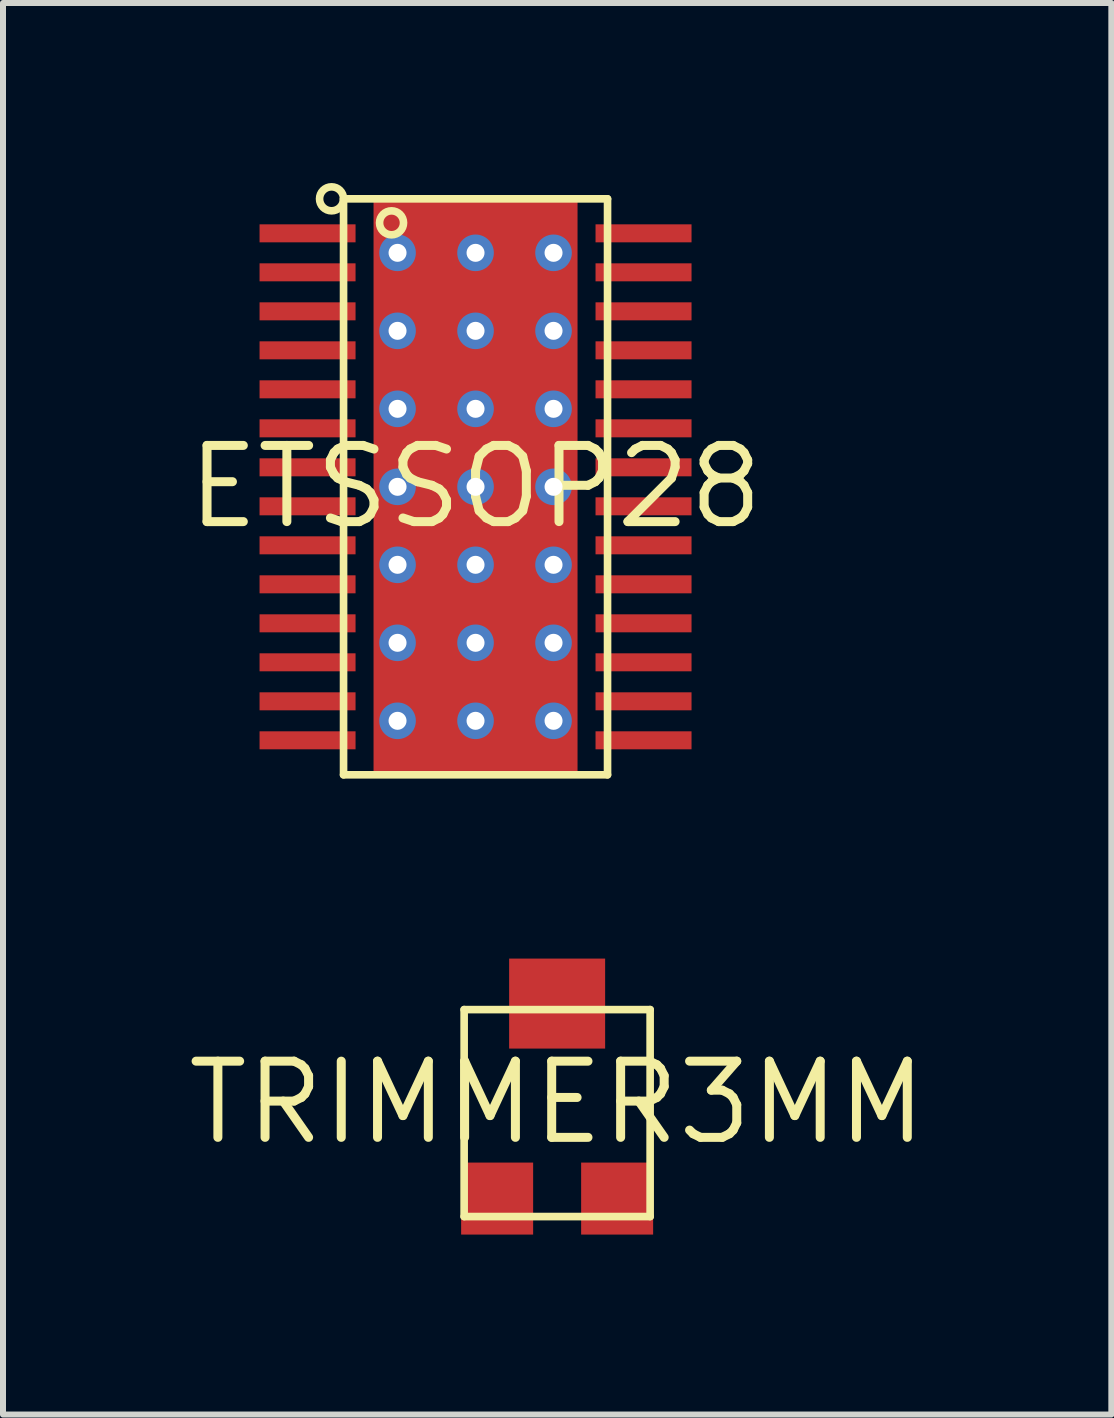
<source format=kicad_pcb>
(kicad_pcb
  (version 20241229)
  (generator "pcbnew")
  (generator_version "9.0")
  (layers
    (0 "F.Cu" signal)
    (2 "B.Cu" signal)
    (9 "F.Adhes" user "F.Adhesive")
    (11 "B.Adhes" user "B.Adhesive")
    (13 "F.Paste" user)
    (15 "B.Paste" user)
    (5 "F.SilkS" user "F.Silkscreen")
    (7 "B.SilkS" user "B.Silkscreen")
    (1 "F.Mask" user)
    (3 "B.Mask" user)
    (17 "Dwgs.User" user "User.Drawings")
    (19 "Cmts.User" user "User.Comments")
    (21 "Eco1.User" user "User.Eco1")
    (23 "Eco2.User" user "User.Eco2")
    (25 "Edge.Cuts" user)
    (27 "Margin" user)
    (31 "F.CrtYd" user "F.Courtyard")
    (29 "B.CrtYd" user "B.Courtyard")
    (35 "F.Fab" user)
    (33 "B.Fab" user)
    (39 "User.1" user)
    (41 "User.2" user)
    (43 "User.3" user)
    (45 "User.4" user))
  (footprint "ETSSOP28"
    (layer "F.Cu")
    (at 4.876 5.064)
    (property "Reference" "ETSSOP28" (at 0 0 0) (layer "F.SilkS") (effects (font (size 1.27 1.27) (thickness 0.15))))
    (attr through_hole)
    (fp_poly (pts (xy -1.5 -1.5) (xy 1.5 -1.5) (xy 1.5 -2.4) (xy -1.5 -2.4)) (stroke (width 0) (type solid)) (fill yes) (layer "F.Mask"))
    (fp_poly (pts (xy -1.5 -0.2) (xy 1.5 -0.2) (xy 1.5 -1.1) (xy -1.5 -1.1)) (stroke (width 0) (type solid)) (fill yes) (layer "F.Mask"))
    (fp_poly (pts (xy -1.5 1.1) (xy 1.5 1.1) (xy 1.5 0.2) (xy -1.5 0.2)) (stroke (width 0) (type solid)) (fill yes) (layer "F.Mask"))
    (fp_poly (pts (xy -1.5 2.4) (xy 1.5 2.4) (xy 1.5 1.5) (xy -1.5 1.5)) (stroke (width 0) (type solid)) (fill yes) (layer "F.Mask"))
    (fp_poly (pts (xy -1.1 2.6) (xy -0.2 2.6) (xy -0.2 -2.6) (xy -1.1 -2.6)) (stroke (width 0) (type solid)) (fill yes) (layer "F.Mask"))
    (fp_poly (pts (xy 0.2 2.6) (xy 1.1 2.6) (xy 1.1 -2.6) (xy 0.2 -2.6)) (stroke (width 0) (type solid)) (fill yes) (layer "F.Mask"))
    (fp_line (start -2.2 -4.8) (end 2.2 -4.8) (stroke (width 0.127) (type solid)) (layer "F.SilkS"))
    (fp_line (start -2.2 4.8) (end -2.2 -4.8) (stroke (width 0.127) (type solid)) (layer "F.SilkS"))
    (fp_line (start 2.2 -4.8) (end 2.2 4.8) (stroke (width 0.127) (type solid)) (layer "F.SilkS"))
    (fp_line (start 2.2 4.8) (end -2.2 4.8) (stroke (width 0.127) (type solid)) (layer "F.SilkS"))
    (fp_circle (center -2.4 -4.8) (end -2.2 -4.8) (stroke (width 0.127) (type solid)) (fill no) (layer "F.SilkS"))
    (fp_circle (center -1.4 -4.4) (end -1.2 -4.4) (stroke (width 0.127) (type solid)) (fill no) (layer "F.SilkS"))
    (pad "EPAD" smd rect (at 0 0 90) (size 9.7 3.4) (layers "F.Cu" "F.Mask"))
    (pad "P$1" smd rect (at -2.8 -4.225) (size 1.6 0.3) (layers "F.Cu" "F.Mask" "F.Paste"))
    (pad "P$2" smd rect (at -2.8 -3.575) (size 1.6 0.3) (layers "F.Cu" "F.Mask" "F.Paste"))
    (pad "P$3" smd rect (at -2.8 -2.925) (size 1.6 0.3) (layers "F.Cu" "F.Mask" "F.Paste"))
    (pad "P$4" smd rect (at -2.8 -2.275) (size 1.6 0.3) (layers "F.Cu" "F.Mask" "F.Paste"))
    (pad "P$5" smd rect (at -2.8 -1.625) (size 1.6 0.3) (layers "F.Cu" "F.Mask" "F.Paste"))
    (pad "P$6" smd rect (at -2.8 -0.975) (size 1.6 0.3) (layers "F.Cu" "F.Mask" "F.Paste"))
    (pad "P$7" smd rect (at -2.8 -0.325) (size 1.6 0.3) (layers "F.Cu" "F.Mask" "F.Paste"))
    (pad "P$8" smd rect (at -2.8 0.325) (size 1.6 0.3) (layers "F.Cu" "F.Mask" "F.Paste"))
    (pad "P$9" smd rect (at -2.8 0.975) (size 1.6 0.3) (layers "F.Cu" "F.Mask" "F.Paste"))
    (pad "P$10" smd rect (at -2.8 1.625) (size 1.6 0.3) (layers "F.Cu" "F.Mask" "F.Paste"))
    (pad "P$11" smd rect (at -2.8 2.275) (size 1.6 0.3) (layers "F.Cu" "F.Mask" "F.Paste"))
    (pad "P$12" smd rect (at -2.8 2.925) (size 1.6 0.3) (layers "F.Cu" "F.Mask" "F.Paste"))
    (pad "P$13" smd rect (at -2.8 3.575) (size 1.6 0.3) (layers "F.Cu" "F.Mask" "F.Paste"))
    (pad "P$14" smd rect (at -2.8 4.225) (size 1.6 0.3) (layers "F.Cu" "F.Mask" "F.Paste"))
    (pad "P$15" smd rect (at 2.8 4.225) (size 1.6 0.3) (layers "F.Cu" "F.Mask" "F.Paste"))
    (pad "P$16" smd rect (at 2.8 3.575) (size 1.6 0.3) (layers "F.Cu" "F.Mask" "F.Paste"))
    (pad "P$17" smd rect (at 2.8 2.925) (size 1.6 0.3) (layers "F.Cu" "F.Mask" "F.Paste"))
    (pad "P$18" smd rect (at 2.8 2.275) (size 1.6 0.3) (layers "F.Cu" "F.Mask" "F.Paste"))
    (pad "P$19" smd rect (at 2.8 1.625) (size 1.6 0.3) (layers "F.Cu" "F.Mask" "F.Paste"))
    (pad "P$20" smd rect (at 2.8 0.975) (size 1.6 0.3) (layers "F.Cu" "F.Mask" "F.Paste"))
    (pad "P$21" smd rect (at 2.8 0.325) (size 1.6 0.3) (layers "F.Cu" "F.Mask" "F.Paste"))
    (pad "P$22" smd rect (at 2.8 -0.325) (size 1.6 0.3) (layers "F.Cu" "F.Mask" "F.Paste"))
    (pad "P$23" smd rect (at 2.8 -0.975) (size 1.6 0.3) (layers "F.Cu" "F.Mask" "F.Paste"))
    (pad "P$24" smd rect (at 2.8 -1.625) (size 1.6 0.3) (layers "F.Cu" "F.Mask" "F.Paste"))
    (pad "P$25" smd rect (at 2.8 -2.275) (size 1.6 0.3) (layers "F.Cu" "F.Mask" "F.Paste"))
    (pad "P$26" smd rect (at 2.8 -2.925) (size 1.6 0.3) (layers "F.Cu" "F.Mask" "F.Paste"))
    (pad "P$27" smd rect (at 2.8 -3.575) (size 1.6 0.3) (layers "F.Cu" "F.Mask" "F.Paste"))
    (pad "P$28" smd rect (at 2.8 -4.225) (size 1.6 0.3) (layers "F.Cu" "F.Mask" "F.Paste"))
    (pad "T0" thru_hole circle (at -1.3 -3.9) (size 0.61 0.61) (drill 0.3) (layers "*.Cu" "*.Mask"))
    (pad "T1" thru_hole circle (at 0 -3.9) (size 0.61 0.61) (drill 0.3) (layers "*.Cu" "*.Mask"))
    (pad "T2" thru_hole circle (at 1.3 -3.9) (size 0.61 0.61) (drill 0.3) (layers "*.Cu" "*.Mask"))
    (pad "T3" thru_hole circle (at -1.3 -2.6) (size 0.61 0.61) (drill 0.3) (layers "*.Cu" "*.Mask"))
    (pad "T4" thru_hole circle (at 0 -2.6) (size 0.61 0.61) (drill 0.3) (layers "*.Cu" "*.Mask"))
    (pad "T5" thru_hole circle (at 1.3 -2.6) (size 0.61 0.61) (drill 0.3) (layers "*.Cu" "*.Mask"))
    (pad "T6" thru_hole circle (at -1.3 -1.3) (size 0.61 0.61) (drill 0.3) (layers "*.Cu" "*.Mask"))
    (pad "T7" thru_hole circle (at 0 -1.3) (size 0.61 0.61) (drill 0.3) (layers "*.Cu" "*.Mask"))
    (pad "T8" thru_hole circle (at 1.3 -1.3) (size 0.61 0.61) (drill 0.3) (layers "*.Cu" "*.Mask"))
    (pad "T9" thru_hole circle (at -1.3 0) (size 0.61 0.61) (drill 0.3) (layers "*.Cu" "*.Mask"))
    (pad "T10" thru_hole circle (at 0 0) (size 0.61 0.61) (drill 0.3) (layers "*.Cu" "*.Mask"))
    (pad "T11" thru_hole circle (at 1.3 0) (size 0.61 0.61) (drill 0.3) (layers "*.Cu" "*.Mask"))
    (pad "T12" thru_hole circle (at -1.3 1.3) (size 0.61 0.61) (drill 0.3) (layers "*.Cu" "*.Mask"))
    (pad "T13" thru_hole circle (at 0 1.3) (size 0.61 0.61) (drill 0.3) (layers "*.Cu" "*.Mask"))
    (pad "T14" thru_hole circle (at 1.3 1.3) (size 0.61 0.61) (drill 0.3) (layers "*.Cu" "*.Mask"))
    (pad "T15" thru_hole circle (at -1.3 2.6) (size 0.61 0.61) (drill 0.3) (layers "*.Cu" "*.Mask"))
    (pad "T16" thru_hole circle (at 0 2.6) (size 0.61 0.61) (drill 0.3) (layers "*.Cu" "*.Mask"))
    (pad "T17" thru_hole circle (at 1.3 2.6) (size 0.61 0.61) (drill 0.3) (layers "*.Cu" "*.Mask"))
    (pad "T18" thru_hole circle (at -1.3 3.9) (size 0.61 0.61) (drill 0.3) (layers "*.Cu" "*.Mask"))
    (pad "T19" thru_hole circle (at 0 3.9) (size 0.61 0.61) (drill 0.3) (layers "*.Cu" "*.Mask"))
    (pad "T20" thru_hole circle (at 1.3 3.9) (size 0.61 0.61) (drill 0.3) (layers "*.Cu" "*.Mask")))
  (footprint "TRIMMER3MM"
    (layer "F.Cu")
    (at 6.236 15.327)
    (property "Reference" "TRIMMER3MM" (at 0 0 0) (layer "F.SilkS") (effects (font (size 1.27 1.27) (thickness 0.15))))
    (attr through_hole)
    (fp_line (start -1.55 -1.55) (end 1.55 -1.55) (stroke (width 0.127) (type solid)) (layer "F.SilkS"))
    (fp_line (start -1.55 1.9) (end -1.55 -1.55) (stroke (width 0.127) (type solid)) (layer "F.SilkS"))
    (fp_line (start 1.55 -1.55) (end 1.55 1.9) (stroke (width 0.127) (type solid)) (layer "F.SilkS"))
    (fp_line (start 1.55 1.9) (end -1.55 1.9) (stroke (width 0.127) (type solid)) (layer "F.SilkS"))
    (pad "P$1" smd rect (at 1 1.6) (size 1.2 1.2) (layers "F.Cu" "F.Mask" "F.Paste"))
    (pad "P$2" smd rect (at -1 1.6) (size 1.2 1.2) (layers "F.Cu" "F.Mask" "F.Paste"))
    (pad "P$3" smd rect (at 0 -1.65) (size 1.6 1.5) (layers "F.Cu" "F.Mask" "F.Paste")))
  (gr_rect
    (start -3 -3)
    (end 15.473 20.527)
    (stroke (width 0.1) (type default))
    (fill no)
    (layer "Edge.Cuts")))
</source>
